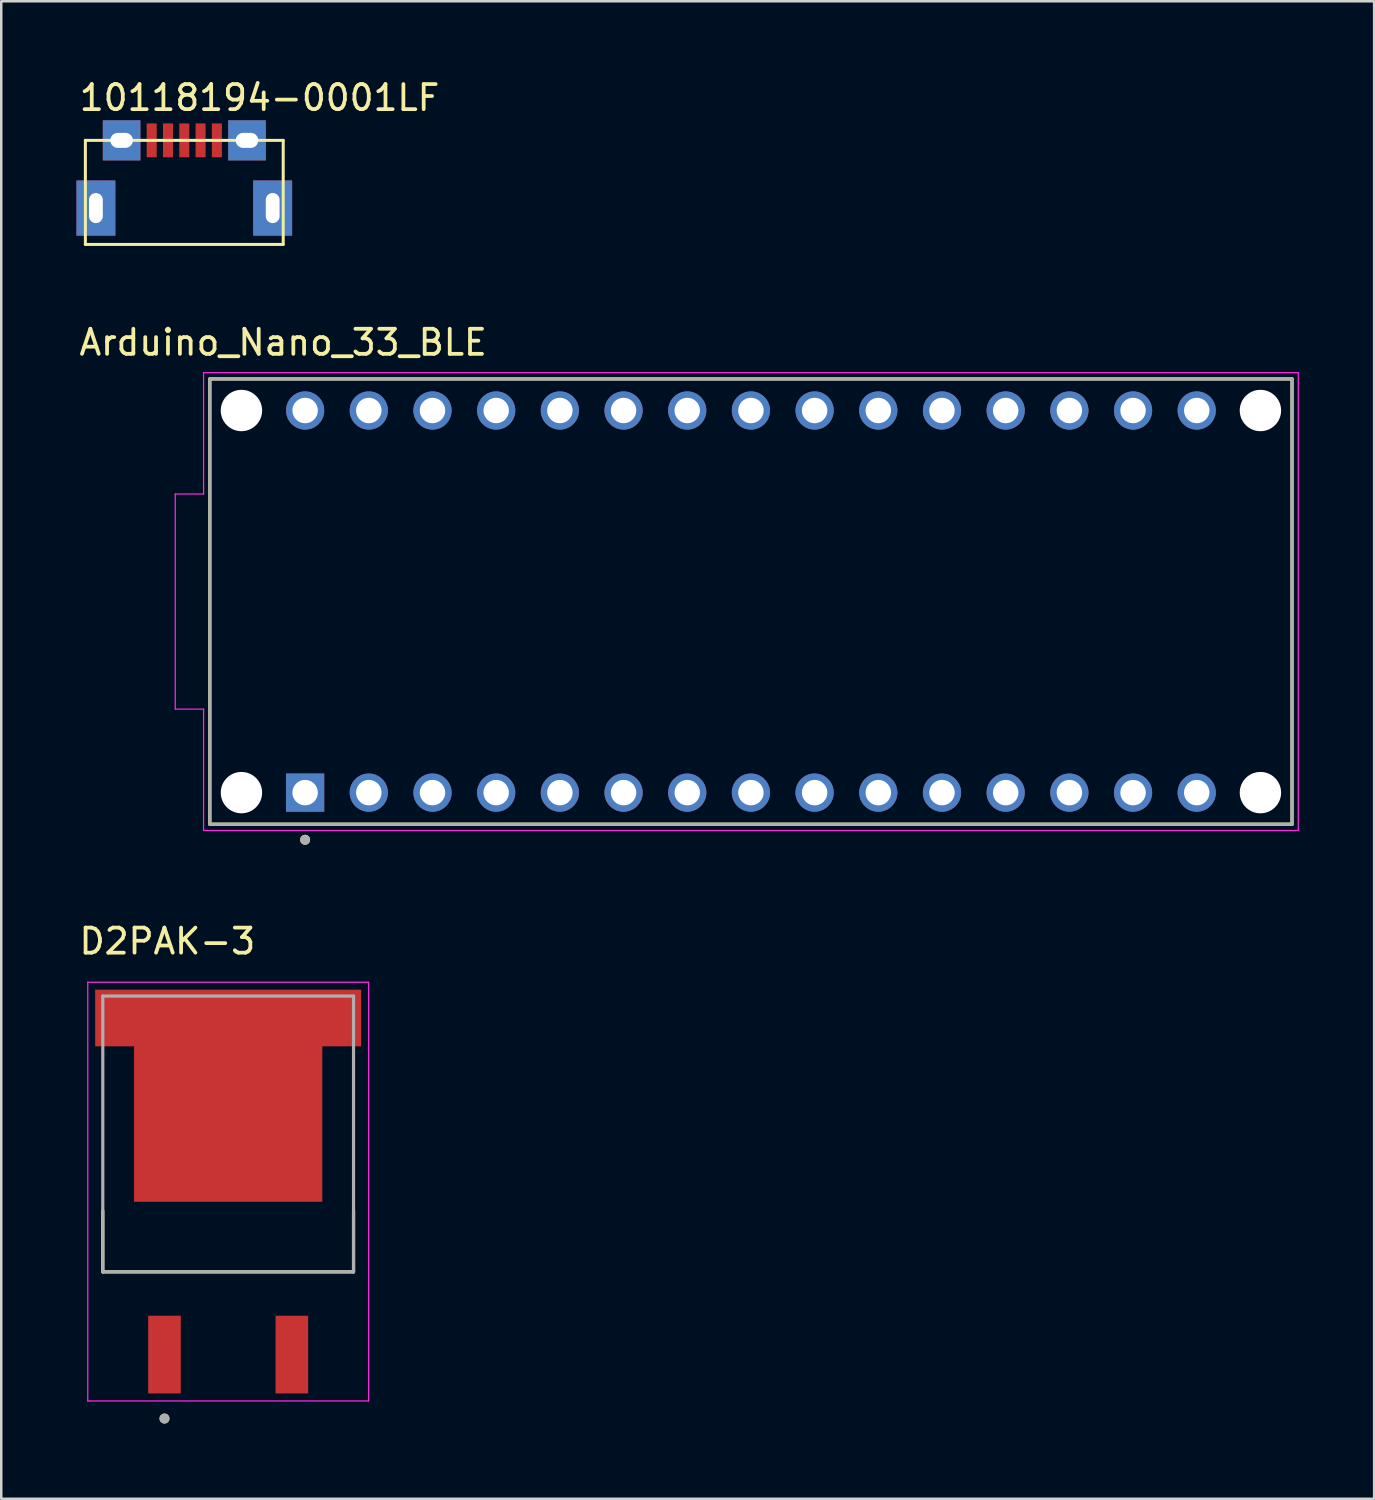
<source format=kicad_pcb>
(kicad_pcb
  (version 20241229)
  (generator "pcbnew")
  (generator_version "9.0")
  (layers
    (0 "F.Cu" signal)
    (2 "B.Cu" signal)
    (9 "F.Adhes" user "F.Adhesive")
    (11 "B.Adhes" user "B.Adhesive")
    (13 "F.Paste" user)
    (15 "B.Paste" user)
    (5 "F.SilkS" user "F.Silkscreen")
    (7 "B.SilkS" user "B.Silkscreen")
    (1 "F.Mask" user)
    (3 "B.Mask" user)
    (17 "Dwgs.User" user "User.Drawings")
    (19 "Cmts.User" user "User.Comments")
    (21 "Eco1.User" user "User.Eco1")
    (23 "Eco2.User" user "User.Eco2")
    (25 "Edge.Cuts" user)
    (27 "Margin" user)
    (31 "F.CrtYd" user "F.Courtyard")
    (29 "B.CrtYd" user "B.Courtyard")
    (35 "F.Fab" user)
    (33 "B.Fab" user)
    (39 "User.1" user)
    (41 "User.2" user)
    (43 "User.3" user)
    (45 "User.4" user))
  (footprint "Arduino_Nano_33_BLE"
    (layer "F.Cu")
    (at 26.899 20.942)
    (property "Reference" "Arduino_Nano_33_BLE" (at -18.655 -10.335 0) (layer "F.SilkS") (effects (font (size 1 1) (thickness 0.15))))
    (attr through_hole)
    (fp_line (start -21.58 -8.88) (end 21.58 -8.88) (stroke (width 0.127) (type solid)) (layer "F.SilkS"))
    (fp_line (start -21.58 8.88) (end -21.58 -8.88) (stroke (width 0.127) (type solid)) (layer "F.SilkS"))
    (fp_line (start 21.58 -8.88) (end 21.58 8.88) (stroke (width 0.127) (type solid)) (layer "F.SilkS"))
    (fp_line (start 21.58 8.88) (end -21.58 8.88) (stroke (width 0.127) (type solid)) (layer "F.SilkS"))
    (fp_circle (center -17.78 9.5) (end -17.68 9.5) (stroke (width 0.2) (type solid)) (fill no) (layer "F.SilkS"))
    (fp_line (start -22.96 -4.29) (end -21.83 -4.29) (stroke (width 0.05) (type solid)) (layer "F.CrtYd"))
    (fp_line (start -22.96 4.29) (end -22.96 -4.29) (stroke (width 0.05) (type solid)) (layer "F.CrtYd"))
    (fp_line (start -21.83 -9.13) (end 21.83 -9.13) (stroke (width 0.05) (type solid)) (layer "F.CrtYd"))
    (fp_line (start -21.83 -4.29) (end -21.83 -9.13) (stroke (width 0.05) (type solid)) (layer "F.CrtYd"))
    (fp_line (start -21.83 4.29) (end -22.96 4.29) (stroke (width 0.05) (type solid)) (layer "F.CrtYd"))
    (fp_line (start -21.83 9.13) (end -21.83 4.29) (stroke (width 0.05) (type solid)) (layer "F.CrtYd"))
    (fp_line (start 21.83 -9.13) (end 21.83 9.13) (stroke (width 0.05) (type solid)) (layer "F.CrtYd"))
    (fp_line (start 21.83 9.13) (end -21.83 9.13) (stroke (width 0.05) (type solid)) (layer "F.CrtYd"))
    (fp_line (start -21.58 -8.88) (end 21.58 -8.88) (stroke (width 0.127) (type solid)) (layer "F.Fab"))
    (fp_line (start -21.58 8.88) (end -21.58 -8.88) (stroke (width 0.127) (type solid)) (layer "F.Fab"))
    (fp_line (start 21.58 -8.88) (end 21.58 8.88) (stroke (width 0.127) (type solid)) (layer "F.Fab"))
    (fp_line (start 21.58 8.88) (end -21.58 8.88) (stroke (width 0.127) (type solid)) (layer "F.Fab"))
    (fp_circle (center -17.78 9.5) (end -17.68 9.5) (stroke (width 0.2) (type solid)) (fill no) (layer "F.Fab"))
    (pad "" np_thru_hole circle (at -20.32 -7.62) (size 1.65 1.65) (drill 1.65) (layers "*.Cu" "*.Mask"))
    (pad "" np_thru_hole circle (at -20.32 7.62) (size 1.65 1.65) (drill 1.65) (layers "*.Cu" "*.Mask"))
    (pad "" np_thru_hole circle (at 20.32 -7.62) (size 1.65 1.65) (drill 1.65) (layers "*.Cu" "*.Mask"))
    (pad "" np_thru_hole circle (at 20.32 7.62) (size 1.65 1.65) (drill 1.65) (layers "*.Cu" "*.Mask"))
    (pad "1" thru_hole rect (at -17.78 7.62) (size 1.524 1.524) (drill 1.016) (layers "*.Cu" "*.Mask"))
    (pad "2" thru_hole circle (at -15.24 7.62) (size 1.524 1.524) (drill 1.016) (layers "*.Cu" "*.Mask"))
    (pad "3" thru_hole circle (at -12.7 7.62) (size 1.524 1.524) (drill 1.016) (layers "*.Cu" "*.Mask"))
    (pad "4" thru_hole circle (at -10.16 7.62) (size 1.524 1.524) (drill 1.016) (layers "*.Cu" "*.Mask"))
    (pad "5" thru_hole circle (at -7.62 7.62) (size 1.524 1.524) (drill 1.016) (layers "*.Cu" "*.Mask"))
    (pad "6" thru_hole circle (at -5.08 7.62) (size 1.524 1.524) (drill 1.016) (layers "*.Cu" "*.Mask"))
    (pad "7" thru_hole circle (at -2.54 7.62) (size 1.524 1.524) (drill 1.016) (layers "*.Cu" "*.Mask"))
    (pad "8" thru_hole circle (at 0 7.62) (size 1.524 1.524) (drill 1.016) (layers "*.Cu" "*.Mask"))
    (pad "9" thru_hole circle (at 2.54 7.62) (size 1.524 1.524) (drill 1.016) (layers "*.Cu" "*.Mask"))
    (pad "10" thru_hole circle (at 5.08 7.62) (size 1.524 1.524) (drill 1.016) (layers "*.Cu" "*.Mask"))
    (pad "11" thru_hole circle (at 7.62 7.62) (size 1.524 1.524) (drill 1.016) (layers "*.Cu" "*.Mask"))
    (pad "12" thru_hole circle (at 10.16 7.62) (size 1.524 1.524) (drill 1.016) (layers "*.Cu" "*.Mask"))
    (pad "13" thru_hole circle (at 12.7 7.62) (size 1.524 1.524) (drill 1.016) (layers "*.Cu" "*.Mask"))
    (pad "14" thru_hole circle (at 15.24 7.62) (size 1.524 1.524) (drill 1.016) (layers "*.Cu" "*.Mask"))
    (pad "15" thru_hole circle (at 17.78 7.62) (size 1.524 1.524) (drill 1.016) (layers "*.Cu" "*.Mask"))
    (pad "16" thru_hole circle (at 17.78 -7.62) (size 1.524 1.524) (drill 1.016) (layers "*.Cu" "*.Mask"))
    (pad "17" thru_hole circle (at 15.24 -7.62) (size 1.524 1.524) (drill 1.016) (layers "*.Cu" "*.Mask"))
    (pad "18" thru_hole circle (at 12.7 -7.62) (size 1.524 1.524) (drill 1.016) (layers "*.Cu" "*.Mask"))
    (pad "19" thru_hole circle (at 10.16 -7.62) (size 1.524 1.524) (drill 1.016) (layers "*.Cu" "*.Mask"))
    (pad "20" thru_hole circle (at 7.62 -7.62) (size 1.524 1.524) (drill 1.016) (layers "*.Cu" "*.Mask"))
    (pad "21" thru_hole circle (at 5.08 -7.62) (size 1.524 1.524) (drill 1.016) (layers "*.Cu" "*.Mask"))
    (pad "22" thru_hole circle (at 2.54 -7.62) (size 1.524 1.524) (drill 1.016) (layers "*.Cu" "*.Mask"))
    (pad "23" thru_hole circle (at 0 -7.62) (size 1.524 1.524) (drill 1.016) (layers "*.Cu" "*.Mask"))
    (pad "24" thru_hole circle (at -2.54 -7.62) (size 1.524 1.524) (drill 1.016) (layers "*.Cu" "*.Mask"))
    (pad "25" thru_hole circle (at -5.08 -7.62) (size 1.524 1.524) (drill 1.016) (layers "*.Cu" "*.Mask"))
    (pad "26" thru_hole circle (at -7.62 -7.62) (size 1.524 1.524) (drill 1.016) (layers "*.Cu" "*.Mask"))
    (pad "27" thru_hole circle (at -10.16 -7.62) (size 1.524 1.524) (drill 1.016) (layers "*.Cu" "*.Mask"))
    (pad "28" thru_hole circle (at -12.7 -7.62) (size 1.524 1.524) (drill 1.016) (layers "*.Cu" "*.Mask"))
    (pad "29" thru_hole circle (at -15.24 -7.62) (size 1.524 1.524) (drill 1.016) (layers "*.Cu" "*.Mask"))
    (pad "30" thru_hole circle (at -17.78 -7.62) (size 1.524 1.524) (drill 1.016) (layers "*.Cu" "*.Mask")))
  (footprint "D2PAK-3"
    (layer "F.Cu")
    (at 6.05 44.575)
    (property "Reference" "D2PAK-3" (at -2.425 -10.085 0) (layer "F.SilkS") (effects (font (size 1 1) (thickness 0.15))))
    (attr through_hole)
    (fp_poly (pts (xy -3.24 4.8) (xy -1.84 4.8) (xy -1.84 8) (xy -3.24 8)) (stroke (width 0.01) (type solid)) (fill yes) (layer "F.Mask"))
    (fp_poly (pts (xy 1.84 4.8) (xy 3.24 4.8) (xy 3.24 8) (xy 1.84 8)) (stroke (width 0.01) (type solid)) (fill yes) (layer "F.Mask"))
    (fp_poly (pts (xy -5.35 -8.2) (xy 5.35 -8.2) (xy 5.35 -5.85) (xy 3.8 -5.85) (xy 3.8 0.35) (xy -3.8 0.35) (xy -3.8 -5.85) (xy -5.35 -5.85)) (stroke (width 0.01) (type solid)) (fill yes) (layer "F.Mask"))
    (fp_line (start -5 3.1) (end -5 0.67) (stroke (width 0.127) (type solid)) (layer "F.SilkS"))
    (fp_line (start -5 3.1) (end 5 3.1) (stroke (width 0.127) (type solid)) (layer "F.SilkS"))
    (fp_line (start 5 3.1) (end 5 0.67) (stroke (width 0.127) (type solid)) (layer "F.SilkS"))
    (fp_circle (center -2.54 8.95) (end -2.44 8.95) (stroke (width 0.2) (type solid)) (fill no) (layer "F.SilkS"))
    (fp_poly (pts (xy -5.25 -8.1) (xy -3.75 -8.1) (xy -3.75 -5.95) (xy -5.25 -5.95)) (stroke (width 0.01) (type solid)) (fill yes) (layer "F.Paste"))
    (fp_poly (pts (xy -3.7 -4.35) (xy -2 -4.35) (xy -2 -2.85) (xy -3.7 -2.85)) (stroke (width 0.01) (type solid)) (fill yes) (layer "F.Paste"))
    (fp_poly (pts (xy -3.7 -1.25) (xy -2 -1.25) (xy -2 0.25) (xy -3.7 0.25)) (stroke (width 0.01) (type solid)) (fill yes) (layer "F.Paste"))
    (fp_poly (pts (xy -3.45 -8.1) (xy -1.95 -8.1) (xy -1.95 -5.95) (xy -3.45 -5.95)) (stroke (width 0.01) (type solid)) (fill yes) (layer "F.Paste"))
    (fp_poly (pts (xy -3.14 4.9) (xy -1.94 4.9) (xy -1.94 6.3) (xy -3.14 6.3)) (stroke (width 0.01) (type solid)) (fill yes) (layer "F.Paste"))
    (fp_poly (pts (xy -3.14 6.5) (xy -1.94 6.5) (xy -1.94 7.9) (xy -3.14 7.9)) (stroke (width 0.01) (type solid)) (fill yes) (layer "F.Paste"))
    (fp_poly (pts (xy -1.8 -4.35) (xy -0.1 -4.35) (xy -0.1 -2.85) (xy -1.8 -2.85)) (stroke (width 0.01) (type solid)) (fill yes) (layer "F.Paste"))
    (fp_poly (pts (xy -1.8 -1.25) (xy -0.1 -1.25) (xy -0.1 0.25) (xy -1.8 0.25)) (stroke (width 0.01) (type solid)) (fill yes) (layer "F.Paste"))
    (fp_poly (pts (xy -1.65 -8.1) (xy -0.15 -8.1) (xy -0.15 -5.95) (xy -1.65 -5.95)) (stroke (width 0.01) (type solid)) (fill yes) (layer "F.Paste"))
    (fp_poly (pts (xy 0.1 -4.35) (xy 1.8 -4.35) (xy 1.8 -2.85) (xy 0.1 -2.85)) (stroke (width 0.01) (type solid)) (fill yes) (layer "F.Paste"))
    (fp_poly (pts (xy 0.1 -1.25) (xy 1.8 -1.25) (xy 1.8 0.25) (xy 0.1 0.25)) (stroke (width 0.01) (type solid)) (fill yes) (layer "F.Paste"))
    (fp_poly (pts (xy 0.15 -8.1) (xy 1.65 -8.1) (xy 1.65 -5.95) (xy 0.15 -5.95)) (stroke (width 0.01) (type solid)) (fill yes) (layer "F.Paste"))
    (fp_poly (pts (xy 1.94 4.9) (xy 3.14 4.9) (xy 3.14 6.3) (xy 1.94 6.3)) (stroke (width 0.01) (type solid)) (fill yes) (layer "F.Paste"))
    (fp_poly (pts (xy 1.94 6.5) (xy 3.14 6.5) (xy 3.14 7.9) (xy 1.94 7.9)) (stroke (width 0.01) (type solid)) (fill yes) (layer "F.Paste"))
    (fp_poly (pts (xy 1.95 -8.1) (xy 3.45 -8.1) (xy 3.45 -5.95) (xy 1.95 -5.95)) (stroke (width 0.01) (type solid)) (fill yes) (layer "F.Paste"))
    (fp_poly (pts (xy 2 -4.35) (xy 3.7 -4.35) (xy 3.7 -2.85) (xy 2 -2.85)) (stroke (width 0.01) (type solid)) (fill yes) (layer "F.Paste"))
    (fp_poly (pts (xy 2 -1.25) (xy 3.7 -1.25) (xy 3.7 0.25) (xy 2 0.25)) (stroke (width 0.01) (type solid)) (fill yes) (layer "F.Paste"))
    (fp_poly (pts (xy 3.75 -8.1) (xy 5.25 -8.1) (xy 5.25 -5.95) (xy 3.75 -5.95)) (stroke (width 0.01) (type solid)) (fill yes) (layer "F.Paste"))
    (fp_line (start -5.6 -8.45) (end -5.6 8.25) (stroke (width 0.05) (type solid)) (layer "F.CrtYd"))
    (fp_line (start -5.6 8.25) (end 5.6 8.25) (stroke (width 0.05) (type solid)) (layer "F.CrtYd"))
    (fp_line (start 5.6 -8.45) (end -5.6 -8.45) (stroke (width 0.05) (type solid)) (layer "F.CrtYd"))
    (fp_line (start 5.6 8.25) (end 5.6 -8.45) (stroke (width 0.05) (type solid)) (layer "F.CrtYd"))
    (fp_line (start -5 -7.9) (end -5 3.1) (stroke (width 0.127) (type solid)) (layer "F.Fab"))
    (fp_line (start -5 3.1) (end 5 3.1) (stroke (width 0.127) (type solid)) (layer "F.Fab"))
    (fp_line (start 5 -7.9) (end -5 -7.9) (stroke (width 0.127) (type solid)) (layer "F.Fab"))
    (fp_line (start 5 3.1) (end 5 -7.9) (stroke (width 0.127) (type solid)) (layer "F.Fab"))
    (fp_circle (center -2.54 8.95) (end -2.44 8.95) (stroke (width 0.2) (type solid)) (fill no) (layer "F.Fab"))
    (pad "1" smd rect (at -2.54 6.4) (size 1.3 3.1) (layers "F.Cu"))
    (pad "2" smd custom (at 0 -3.335) (size 7 7) (layers "F.Cu") (options (anchor rect)) (primitives (gr_poly (pts (xy 5.3 -2.565) (xy 3.75 -2.565) (xy 3.75 3.635) (xy -3.75 3.635) (xy -3.75 -2.565) (xy -5.3 -2.565) (xy -5.3 -4.815) (xy 5.3 -4.815)) (width 0.01) (fill yes))))
    (pad "3" smd rect (at 2.54 6.4) (size 1.3 3.1) (layers "F.Cu")))
  (footprint "10118194-0001LF"
    (layer "F.Cu")
    (at 4.3 2.548)
    (property "Reference" "10118194-0001LF" (at 3 -1.7 0) (layer "F.SilkS") (effects (font (size 1 1) (thickness 0.15))))
    (attr through_hole)
    (fp_line (start -3.945 0) (end 3.945 0) (stroke (width 0.12) (type solid)) (layer "F.SilkS"))
    (fp_line (start -3.945 4.15) (end -3.945 0) (stroke (width 0.12) (type solid)) (layer "F.SilkS"))
    (fp_line (start -3.945 4.15) (end 3.945 4.15) (stroke (width 0.12) (type solid)) (layer "F.SilkS"))
    (fp_line (start 3.945 4.15) (end 3.945 0) (stroke (width 0.12) (type solid)) (layer "F.SilkS"))
    (pad "1" smd rect (at -1.3 0) (size 0.4 1.35) (layers "F.Cu" "F.Mask" "F.Paste"))
    (pad "2" smd rect (at -0.65 0) (size 0.4 1.35) (layers "F.Cu" "F.Mask" "F.Paste"))
    (pad "3" smd rect (at 0 0) (size 0.4 1.35) (layers "F.Cu" "F.Mask" "F.Paste"))
    (pad "4" smd rect (at 0.65 0) (size 0.4 1.35) (layers "F.Cu" "F.Mask" "F.Paste"))
    (pad "5" smd rect (at 1.3 0) (size 0.4 1.35) (layers "F.Cu" "F.Mask" "F.Paste"))
    (pad "6" thru_hole rect (at -3.525 2.7) (size 1.55 2.2) (drill oval 0.55 1.2) (layers "*.Cu" "*.Mask"))
    (pad "6" thru_hole rect (at -2.5 0) (size 1.5 1.6) (drill oval 0.9 0.6) (layers "*.Cu" "*.Mask"))
    (pad "6" thru_hole rect (at 2.5 0) (size 1.5 1.6) (drill oval 0.9 0.6) (layers "*.Cu" "*.Mask"))
    (pad "6" thru_hole rect (at 3.525 2.7) (size 1.55 2.2) (drill oval 0.55 1.2) (layers "*.Cu" "*.Mask")))
  (gr_rect
    (start -3 -3)
    (end 51.754 56.725)
    (stroke (width 0.1) (type default))
    (fill no)
    (layer "Edge.Cuts")))
</source>
